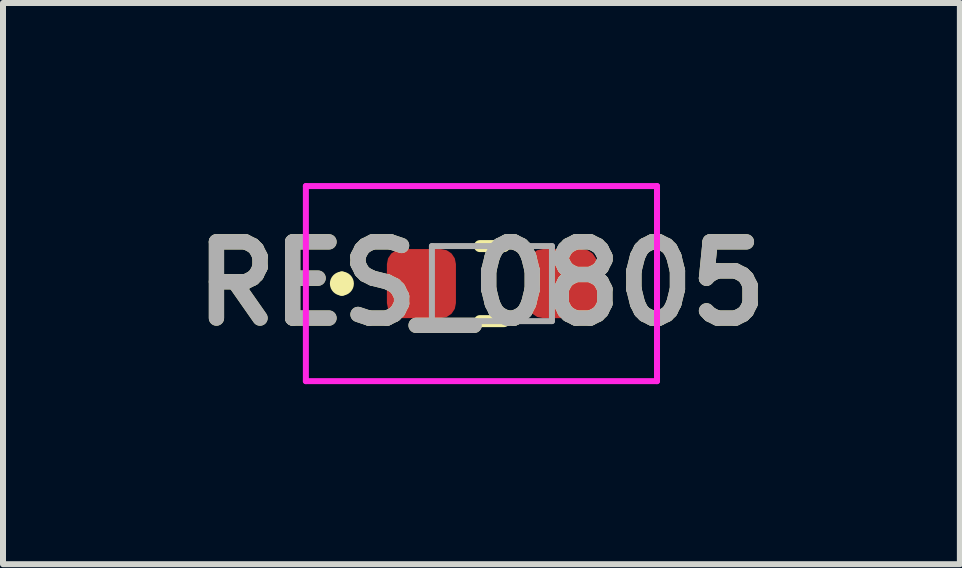
<source format=kicad_pcb>
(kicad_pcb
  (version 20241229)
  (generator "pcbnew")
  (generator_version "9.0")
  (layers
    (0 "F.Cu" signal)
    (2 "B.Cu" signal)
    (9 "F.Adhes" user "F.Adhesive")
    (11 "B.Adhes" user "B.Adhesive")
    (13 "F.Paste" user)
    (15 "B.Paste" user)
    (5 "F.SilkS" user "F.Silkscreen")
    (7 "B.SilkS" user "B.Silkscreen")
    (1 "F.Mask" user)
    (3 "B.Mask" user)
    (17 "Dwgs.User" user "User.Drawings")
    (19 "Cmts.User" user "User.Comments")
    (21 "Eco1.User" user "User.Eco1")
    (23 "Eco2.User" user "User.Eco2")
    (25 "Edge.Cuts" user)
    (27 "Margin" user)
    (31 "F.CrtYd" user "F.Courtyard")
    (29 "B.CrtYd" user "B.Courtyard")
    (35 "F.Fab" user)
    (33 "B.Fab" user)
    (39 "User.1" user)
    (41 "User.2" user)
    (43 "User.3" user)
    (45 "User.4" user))
  (footprint "RES_0805"
    (layer "F.Cu")
    (at 5.146 1.675)
    (property "Reference" "RES_0805" (at -0.175 0 0) (layer "F.SilkS") (effects (font (size 1.27 1.27) (thickness 0.254))))
    (attr smd)
    (fp_line (start -2.5 -0.1) (end -2.5 -0.1) (stroke (width 0.2) (type solid)) (layer "F.SilkS"))
    (fp_line (start -2.5 0.1) (end -2.5 0.1) (stroke (width 0.2) (type solid)) (layer "F.SilkS"))
    (fp_line (start -0.2 -0.625) (end 0.2 -0.625) (stroke (width 0.2) (type solid)) (layer "F.SilkS"))
    (fp_line (start -0.2 0.625) (end 0.2 0.625) (stroke (width 0.2) (type solid)) (layer "F.SilkS"))
    (fp_arc (start -2.5 -0.1) (mid -2.4 0) (end -2.5 0.1) (stroke (width 0.2) (type solid)) (layer "F.SilkS"))
    (fp_arc (start -2.5 0.1) (mid -2.6 0) (end -2.5 -0.1) (stroke (width 0.2) (type solid)) (layer "F.SilkS"))
    (fp_line (start -3.1 -1.625) (end 2.75 -1.625) (stroke (width 0.1) (type solid)) (layer "F.CrtYd"))
    (fp_line (start -3.1 1.625) (end -3.1 -1.625) (stroke (width 0.1) (type solid)) (layer "F.CrtYd"))
    (fp_line (start 2.75 -1.625) (end 2.75 1.625) (stroke (width 0.1) (type solid)) (layer "F.CrtYd"))
    (fp_line (start 2.75 1.625) (end -3.1 1.625) (stroke (width 0.1) (type solid)) (layer "F.CrtYd"))
    (fp_line (start -1 -0.625) (end 1 -0.625) (stroke (width 0.1) (type solid)) (layer "F.Fab"))
    (fp_line (start -1 0.625) (end -1 -0.625) (stroke (width 0.1) (type solid)) (layer "F.Fab"))
    (fp_line (start 1 -0.625) (end 1 0.625) (stroke (width 0.1) (type solid)) (layer "F.Fab"))
    (fp_line (start 1 0.625) (end -1 0.625) (stroke (width 0.1) (type solid)) (layer "F.Fab"))
    (fp_text user "${REFERENCE}" (at -0.175 0 0) (layer "F.Fab") (effects (font (size 1.27 1.27) (thickness 0.254))))
    (pad "1" smd roundrect (at -1.175 0) (size 1.15 1.15) (layers "F.Cu" "F.Mask" "F.Paste") (roundrect_rratio 0.217))
    (pad "2" smd roundrect (at 1.175 0) (size 1.15 1.15) (layers "F.Cu" "F.Mask" "F.Paste") (roundrect_rratio 0.217)))
  (gr_rect
    (start -3 -3)
    (end 12.942 6.35)
    (stroke (width 0.1) (type default))
    (fill no)
    (layer "Edge.Cuts")))
</source>
